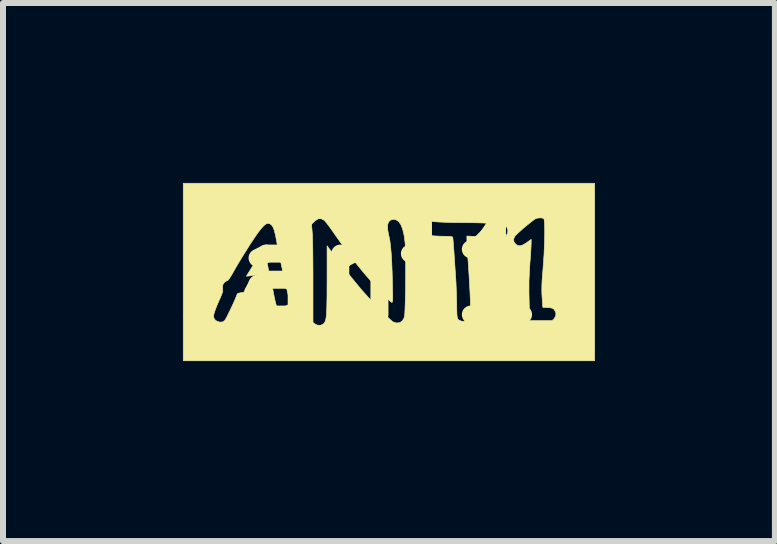
<source format=kicad_pcb>
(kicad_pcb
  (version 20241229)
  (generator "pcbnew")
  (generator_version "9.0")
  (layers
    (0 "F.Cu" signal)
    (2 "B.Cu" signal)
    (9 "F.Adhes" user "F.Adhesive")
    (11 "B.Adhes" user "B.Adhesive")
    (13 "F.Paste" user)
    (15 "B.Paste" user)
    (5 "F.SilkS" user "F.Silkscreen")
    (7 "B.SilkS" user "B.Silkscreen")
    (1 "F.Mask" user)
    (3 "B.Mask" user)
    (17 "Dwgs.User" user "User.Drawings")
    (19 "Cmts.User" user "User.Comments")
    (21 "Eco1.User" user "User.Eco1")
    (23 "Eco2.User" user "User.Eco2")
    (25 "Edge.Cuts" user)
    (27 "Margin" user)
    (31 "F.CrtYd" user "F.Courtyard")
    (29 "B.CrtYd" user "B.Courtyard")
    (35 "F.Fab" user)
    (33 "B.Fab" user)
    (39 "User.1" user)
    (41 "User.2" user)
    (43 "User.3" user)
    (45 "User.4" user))
  (footprint "ant1"
    (layer "F.Cu")
    (at 3.421 1.505)
    (property "Reference" "ant1" (at 0 0 0) (layer "F.SilkS") (effects (font (size 1.524 1.524) (thickness 0.3))))
    (attr through_hole)
    (fp_poly (pts (xy -2.062 -0.385) (xy -2.053 -0.344) (xy -2.041 -0.291) (xy -2.029 -0.23) (xy -2.016 -0.168) (xy -2.005 -0.11) (xy -1.995 -0.062) (xy -1.989 -0.029) (xy -1.988 -0.017) (xy -2.004 -0.011) (xy -2.039 -0.003) (xy -2.088 0.008) (xy -2.145 0.018) (xy -2.205 0.029) (xy -2.262 0.038) (xy -2.311 0.045) (xy -2.346 0.049) (xy -2.361 0.049) (xy -2.362 0.048) (xy -2.323 -0.016) (xy -2.28 -0.085) (xy -2.236 -0.156) (xy -2.193 -0.224) (xy -2.153 -0.286) (xy -2.118 -0.339) (xy -2.091 -0.379) (xy -2.073 -0.403) (xy -2.068 -0.408) (xy -2.062 -0.385)) (stroke (width 0.01) (type solid)) (fill yes) (layer "F.SilkS"))
    (fp_poly (pts (xy 3.443 1.46) (xy -3.416 1.46) (xy -3.416 0.727) (xy -2.911 0.727) (xy -2.91 0.733) (xy -2.892 0.771) (xy -2.857 0.799) (xy -2.813 0.814) (xy -2.768 0.814) (xy -2.731 0.795) (xy -2.727 0.791) (xy -2.713 0.769) (xy -2.69 0.729) (xy -2.663 0.674) (xy -2.632 0.612) (xy -2.601 0.546) (xy -2.572 0.482) (xy -2.548 0.427) (xy -2.531 0.385) (xy -2.518 0.353) (xy -2.507 0.336) (xy -2.505 0.335) (xy -2.49 0.332) (xy -2.454 0.325) (xy -2.401 0.314) (xy -2.336 0.301) (xy -2.264 0.286) (xy -2.189 0.27) (xy -2.115 0.254) (xy -2.049 0.24) (xy -1.994 0.228) (xy -1.961 0.221) (xy -1.947 0.22) (xy -1.937 0.227) (xy -1.929 0.247) (xy -1.92 0.283) (xy -1.909 0.342) (xy -1.909 0.345) (xy -1.884 0.465) (xy -1.855 0.572) (xy -1.823 0.662) (xy -1.79 0.733) (xy -1.755 0.782) (xy -1.739 0.796) (xy -1.693 0.814) (xy -1.646 0.811) (xy -1.605 0.789) (xy -1.577 0.753) (xy -1.567 0.711) (xy -1.572 0.681) (xy -1.584 0.634) (xy -1.602 0.578) (xy -1.614 0.546) (xy -1.629 0.5) (xy -1.648 0.432) (xy -1.67 0.345) (xy -1.695 0.242) (xy -1.721 0.127) (xy -1.749 0.005) (xy -1.777 -0.122) (xy -1.804 -0.25) (xy -1.829 -0.375) (xy -1.852 -0.494) (xy -1.862 -0.549) (xy -1.881 -0.646) (xy -1.9 -0.719) (xy -1.921 -0.771) (xy -1.944 -0.805) (xy -1.959 -0.816) (xy -1.277 -0.816) (xy -1.265 -0.673) (xy -1.262 -0.63) (xy -1.26 -0.565) (xy -1.258 -0.479) (xy -1.256 -0.376) (xy -1.255 -0.259) (xy -1.254 -0.133) (xy -1.253 0.001) (xy -1.253 0.139) (xy -1.253 0.145) (xy -1.253 0.82) (xy -1.221 0.845) (xy -1.176 0.867) (xy -1.127 0.868) (xy -1.084 0.849) (xy -1.075 0.841) (xy -1.062 0.825) (xy -1.051 0.806) (xy -1.042 0.781) (xy -1.035 0.747) (xy -1.03 0.704) (xy -1.026 0.647) (xy -1.023 0.575) (xy -1.021 0.485) (xy -1.019 0.375) (xy -1.019 0.243) (xy -1.018 0.116) (xy -1.018 -0.457) (xy -0.915 -0.319) (xy -0.821 -0.194) (xy -0.717 -0.061) (xy -0.612 0.072) (xy -0.51 0.196) (xy -0.444 0.275) (xy -0.393 0.333) (xy -0.334 0.398) (xy -0.269 0.468) (xy -0.202 0.538) (xy -0.135 0.607) (xy -0.071 0.671) (xy -0.015 0.726) (xy 0.033 0.77) (xy 0.067 0.8) (xy 0.083 0.812) (xy 0.142 0.83) (xy 0.194 0.824) (xy 0.237 0.794) (xy 0.267 0.743) (xy 0.27 0.73) (xy 0.275 0.701) (xy 0.279 0.648) (xy 0.282 0.576) (xy 0.285 0.488) (xy 0.288 0.387) (xy 0.29 0.277) (xy 0.291 0.161) (xy 0.292 0.044) (xy 0.292 -0.072) (xy 0.292 -0.183) (xy 0.291 -0.285) (xy 0.289 -0.374) (xy 0.286 -0.448) (xy 0.283 -0.503) (xy 0.282 -0.513) (xy 0.265 -0.638) (xy 0.241 -0.737) (xy 0.229 -0.767) (xy 0.511 -0.767) (xy 0.516 -0.725) (xy 0.545 -0.685) (xy 0.546 -0.684) (xy 0.59 -0.657) (xy 0.658 -0.637) (xy 0.753 -0.623) (xy 0.873 -0.617) (xy 0.932 -0.616) (xy 1.002 -0.615) (xy 1.047 -0.612) (xy 1.072 -0.605) (xy 1.077 -0.599) (xy 1.08 -0.581) (xy 1.083 -0.541) (xy 1.088 -0.483) (xy 1.093 -0.413) (xy 1.098 -0.348) (xy 1.104 -0.253) (xy 1.111 -0.149) (xy 1.118 -0.047) (xy 1.124 0.043) (xy 1.126 0.074) (xy 1.131 0.154) (xy 1.135 0.251) (xy 1.139 0.355) (xy 1.142 0.457) (xy 1.143 0.507) (xy 1.144 0.594) (xy 1.146 0.658) (xy 1.148 0.704) (xy 1.152 0.734) (xy 1.157 0.754) (xy 1.165 0.767) (xy 1.175 0.777) (xy 1.178 0.779) (xy 1.223 0.8) (xy 1.272 0.801) (xy 1.316 0.781) (xy 1.324 0.772) (xy 1.349 0.737) (xy 1.365 0.7) (xy 2.089 0.7) (xy 2.102 0.745) (xy 2.117 0.764) (xy 2.127 0.772) (xy 2.14 0.779) (xy 2.16 0.784) (xy 2.19 0.787) (xy 2.234 0.789) (xy 2.295 0.79) (xy 2.378 0.79) (xy 2.439 0.79) (xy 2.734 0.79) (xy 2.767 0.758) (xy 2.794 0.713) (xy 2.797 0.664) (xy 2.775 0.615) (xy 2.773 0.612) (xy 2.753 0.592) (xy 2.728 0.581) (xy 2.69 0.575) (xy 2.662 0.573) (xy 2.579 0.569) (xy 2.567 0.404) (xy 2.563 0.341) (xy 2.562 0.278) (xy 2.563 0.211) (xy 2.566 0.134) (xy 2.572 0.042) (xy 2.582 -0.071) (xy 2.583 -0.092) (xy 2.592 -0.203) (xy 2.599 -0.316) (xy 2.604 -0.428) (xy 2.608 -0.537) (xy 2.61 -0.638) (xy 2.61 -0.728) (xy 2.609 -0.803) (xy 2.605 -0.861) (xy 2.6 -0.897) (xy 2.596 -0.908) (xy 2.572 -0.92) (xy 2.533 -0.923) (xy 2.491 -0.919) (xy 2.456 -0.907) (xy 2.427 -0.888) (xy 2.385 -0.856) (xy 2.334 -0.815) (xy 2.279 -0.77) (xy 2.225 -0.723) (xy 2.177 -0.68) (xy 2.139 -0.644) (xy 2.115 -0.619) (xy 2.111 -0.614) (xy 2.092 -0.565) (xy 2.098 -0.522) (xy 2.123 -0.488) (xy 2.16 -0.462) (xy 2.201 -0.457) (xy 2.25 -0.473) (xy 2.309 -0.51) (xy 2.385 -0.564) (xy 2.385 -0.494) (xy 2.383 -0.458) (xy 2.38 -0.401) (xy 2.376 -0.329) (xy 2.37 -0.247) (xy 2.363 -0.161) (xy 2.348 0.119) (xy 2.348 0.345) (xy 2.354 0.589) (xy 2.257 0.589) (xy 2.201 0.591) (xy 2.163 0.597) (xy 2.135 0.61) (xy 2.125 0.617) (xy 2.097 0.655) (xy 2.089 0.7) (xy 1.365 0.7) (xy 1.367 0.695) (xy 1.371 0.665) (xy 1.373 0.611) (xy 1.372 0.534) (xy 1.37 0.437) (xy 1.365 0.323) (xy 1.358 0.194) (xy 1.35 0.052) (xy 1.34 -0.101) (xy 1.333 -0.208) (xy 1.326 -0.295) (xy 1.321 -0.378) (xy 1.317 -0.452) (xy 1.314 -0.51) (xy 1.313 -0.547) (xy 1.313 -0.548) (xy 1.313 -0.62) (xy 1.464 -0.612) (xy 1.587 -0.604) (xy 1.686 -0.598) (xy 1.764 -0.594) (xy 1.824 -0.591) (xy 1.868 -0.59) (xy 1.899 -0.591) (xy 1.921 -0.593) (xy 1.935 -0.597) (xy 1.944 -0.603) (xy 1.952 -0.611) (xy 1.961 -0.62) (xy 1.99 -0.666) (xy 1.996 -0.718) (xy 1.977 -0.768) (xy 1.966 -0.783) (xy 1.953 -0.796) (xy 1.938 -0.806) (xy 1.916 -0.813) (xy 1.882 -0.819) (xy 1.833 -0.823) (xy 1.763 -0.828) (xy 1.735 -0.83) (xy 1.659 -0.834) (xy 1.564 -0.838) (xy 1.458 -0.841) (xy 1.348 -0.843) (xy 1.241 -0.844) (xy 1.22 -0.844) (xy 1.12 -0.845) (xy 1.02 -0.847) (xy 0.926 -0.85) (xy 0.844 -0.854) (xy 0.781 -0.858) (xy 0.764 -0.86) (xy 0.684 -0.867) (xy 0.625 -0.869) (xy 0.583 -0.863) (xy 0.555 -0.85) (xy 0.535 -0.828) (xy 0.529 -0.818) (xy 0.511 -0.767) (xy 0.229 -0.767) (xy 0.211 -0.812) (xy 0.174 -0.863) (xy 0.13 -0.891) (xy 0.092 -0.898) (xy 0.042 -0.887) (xy 0.008 -0.857) (xy -0.009 -0.806) (xy -0.009 -0.735) (xy 0.007 -0.642) (xy 0.013 -0.619) (xy 0.028 -0.548) (xy 0.04 -0.453) (xy 0.051 -0.332) (xy 0.06 -0.186) (xy 0.067 -0.013) (xy 0.072 0.184) (xy 0.074 0.283) (xy 0.076 0.359) (xy 0.076 0.413) (xy 0.075 0.45) (xy 0.072 0.472) (xy 0.068 0.483) (xy 0.062 0.486) (xy 0.054 0.483) (xy 0.054 0.483) (xy 0.035 0.467) (xy 0.001 0.435) (xy -0.045 0.389) (xy -0.099 0.332) (xy -0.16 0.268) (xy -0.223 0.2) (xy -0.286 0.131) (xy -0.345 0.064) (xy -0.399 0.002) (xy -0.423 -0.027) (xy -0.563 -0.2) (xy -0.71 -0.396) (xy -0.864 -0.611) (xy -0.902 -0.666) (xy -0.947 -0.731) (xy -0.99 -0.79) (xy -1.027 -0.838) (xy -1.055 -0.871) (xy -1.067 -0.883) (xy -1.115 -0.908) (xy -1.164 -0.907) (xy -1.213 -0.878) (xy -1.229 -0.863) (xy -1.277 -0.816) (xy -1.959 -0.816) (xy -1.971 -0.824) (xy -2.004 -0.83) (xy -2.01 -0.831) (xy -2.037 -0.821) (xy -2.072 -0.793) (xy -2.116 -0.745) (xy -2.17 -0.676) (xy -2.233 -0.585) (xy -2.307 -0.473) (xy -2.392 -0.337) (xy -2.407 -0.314) (xy -2.454 -0.237) (xy -2.501 -0.159) (xy -2.544 -0.086) (xy -2.579 -0.024) (xy -2.599 0.011) (xy -2.627 0.058) (xy -2.652 0.096) (xy -2.67 0.117) (xy -2.675 0.12) (xy -2.696 0.129) (xy -2.724 0.149) (xy -2.727 0.151) (xy -2.748 0.175) (xy -2.759 0.206) (xy -2.761 0.25) (xy -2.757 0.298) (xy -2.762 0.317) (xy -2.775 0.354) (xy -2.795 0.403) (xy -2.813 0.442) (xy -2.857 0.545) (xy -2.888 0.626) (xy -2.906 0.686) (xy -2.911 0.727) (xy -3.416 0.727) (xy -3.416 -1.5) (xy 3.443 -1.5) (xy 3.443 1.46)) (stroke (width 0.01) (type solid)) (fill yes) (layer "F.SilkS")))
  (gr_rect
    (start -3 -3)
    (end 9.869 5.971)
    (stroke (width 0.1) (type default))
    (fill no)
    (layer "Edge.Cuts")))
</source>
